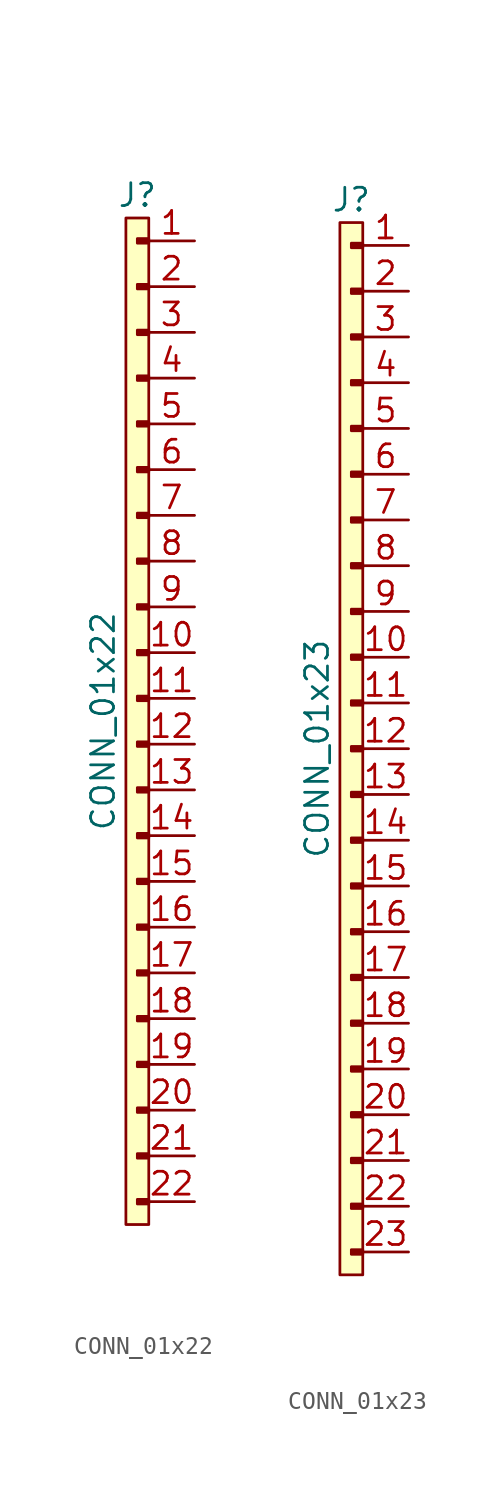
<source format=kicad_sym>
(kicad_symbol_lib
  (version 20211014)
  (generator agg_kicad.build_lib_connector)
  (symbol "CONN_01x22"
    (pin_names hide)
    (property Reference J
      (at -0.635 2.54 0)
      (effects (font (size 1.27 1.27))))
    (property Value "CONN_01x22"
      (at -2.54 -26.67 90)
      (effects (font (size 1.27 1.27))))
    (rectangle
      (start 0 -54.61)
      (end -1.27 1.27)
      (stroke (width 0) (type default) (color 0 0 0 0))
      (fill (type background)))
    (rectangle
      (start 0 0.127)
      (end -0.635 -0.127)
      (stroke (width 0) (type default) (color 0 0 0 0))
      (fill (type outline)))
    (rectangle
      (start 0 -2.413)
      (end -0.635 -2.667)
      (stroke (width 0) (type default) (color 0 0 0 0))
      (fill (type outline)))
    (rectangle
      (start 0 -4.953)
      (end -0.635 -5.207)
      (stroke (width 0) (type default) (color 0 0 0 0))
      (fill (type outline)))
    (rectangle
      (start 0 -7.493)
      (end -0.635 -7.747)
      (stroke (width 0) (type default) (color 0 0 0 0))
      (fill (type outline)))
    (rectangle
      (start 0 -10.033)
      (end -0.635 -10.287)
      (stroke (width 0) (type default) (color 0 0 0 0))
      (fill (type outline)))
    (rectangle
      (start 0 -12.573)
      (end -0.635 -12.827)
      (stroke (width 0) (type default) (color 0 0 0 0))
      (fill (type outline)))
    (rectangle
      (start 0 -15.113)
      (end -0.635 -15.367)
      (stroke (width 0) (type default) (color 0 0 0 0))
      (fill (type outline)))
    (rectangle
      (start 0 -17.653)
      (end -0.635 -17.907)
      (stroke (width 0) (type default) (color 0 0 0 0))
      (fill (type outline)))
    (rectangle
      (start 0 -20.193)
      (end -0.635 -20.447)
      (stroke (width 0) (type default) (color 0 0 0 0))
      (fill (type outline)))
    (rectangle
      (start 0 -22.733)
      (end -0.635 -22.987)
      (stroke (width 0) (type default) (color 0 0 0 0))
      (fill (type outline)))
    (rectangle
      (start 0 -25.273)
      (end -0.635 -25.527)
      (stroke (width 0) (type default) (color 0 0 0 0))
      (fill (type outline)))
    (rectangle
      (start 0 -27.813)
      (end -0.635 -28.067)
      (stroke (width 0) (type default) (color 0 0 0 0))
      (fill (type outline)))
    (rectangle
      (start 0 -30.353)
      (end -0.635 -30.607)
      (stroke (width 0) (type default) (color 0 0 0 0))
      (fill (type outline)))
    (rectangle
      (start 0 -32.893)
      (end -0.635 -33.147)
      (stroke (width 0) (type default) (color 0 0 0 0))
      (fill (type outline)))
    (rectangle
      (start 0 -35.433)
      (end -0.635 -35.687)
      (stroke (width 0) (type default) (color 0 0 0 0))
      (fill (type outline)))
    (rectangle
      (start 0 -37.973)
      (end -0.635 -38.227)
      (stroke (width 0) (type default) (color 0 0 0 0))
      (fill (type outline)))
    (rectangle
      (start 0 -40.513)
      (end -0.635 -40.767)
      (stroke (width 0) (type default) (color 0 0 0 0))
      (fill (type outline)))
    (rectangle
      (start 0 -43.053)
      (end -0.635 -43.307)
      (stroke (width 0) (type default) (color 0 0 0 0))
      (fill (type outline)))
    (rectangle
      (start 0 -45.593)
      (end -0.635 -45.847)
      (stroke (width 0) (type default) (color 0 0 0 0))
      (fill (type outline)))
    (rectangle
      (start 0 -48.133)
      (end -0.635 -48.387)
      (stroke (width 0) (type default) (color 0 0 0 0))
      (fill (type outline)))
    (rectangle
      (start 0 -50.673)
      (end -0.635 -50.927)
      (stroke (width 0) (type default) (color 0 0 0 0))
      (fill (type outline)))
    (rectangle
      (start 0 -53.213)
      (end -0.635 -53.467)
      (stroke (width 0) (type default) (color 0 0 0 0))
      (fill (type outline)))
    (pin passive line
      (at 2.54 0 180)
      (length 2.54)
      (name "1" (effects (font (size 1.27 1.27))))
      (number "1" (effects (font (size 1.27 1.27)))))
    (pin passive line
      (at 2.54 -2.54 180)
      (length 2.54)
      (name "2" (effects (font (size 1.27 1.27))))
      (number "2" (effects (font (size 1.27 1.27)))))
    (pin passive line
      (at 2.54 -5.08 180)
      (length 2.54)
      (name "3" (effects (font (size 1.27 1.27))))
      (number "3" (effects (font (size 1.27 1.27)))))
    (pin passive line
      (at 2.54 -7.62 180)
      (length 2.54)
      (name "4" (effects (font (size 1.27 1.27))))
      (number "4" (effects (font (size 1.27 1.27)))))
    (pin passive line
      (at 2.54 -10.16 180)
      (length 2.54)
      (name "5" (effects (font (size 1.27 1.27))))
      (number "5" (effects (font (size 1.27 1.27)))))
    (pin passive line
      (at 2.54 -12.7 180)
      (length 2.54)
      (name "6" (effects (font (size 1.27 1.27))))
      (number "6" (effects (font (size 1.27 1.27)))))
    (pin passive line
      (at 2.54 -15.24 180)
      (length 2.54)
      (name "7" (effects (font (size 1.27 1.27))))
      (number "7" (effects (font (size 1.27 1.27)))))
    (pin passive line
      (at 2.54 -17.78 180)
      (length 2.54)
      (name "8" (effects (font (size 1.27 1.27))))
      (number "8" (effects (font (size 1.27 1.27)))))
    (pin passive line
      (at 2.54 -20.32 180)
      (length 2.54)
      (name "9" (effects (font (size 1.27 1.27))))
      (number "9" (effects (font (size 1.27 1.27)))))
    (pin passive line
      (at 2.54 -22.86 180)
      (length 2.54)
      (name "10" (effects (font (size 1.27 1.27))))
      (number "10" (effects (font (size 1.27 1.27)))))
    (pin passive line
      (at 2.54 -25.4 180)
      (length 2.54)
      (name "11" (effects (font (size 1.27 1.27))))
      (number "11" (effects (font (size 1.27 1.27)))))
    (pin passive line
      (at 2.54 -27.94 180)
      (length 2.54)
      (name "12" (effects (font (size 1.27 1.27))))
      (number "12" (effects (font (size 1.27 1.27)))))
    (pin passive line
      (at 2.54 -30.48 180)
      (length 2.54)
      (name "13" (effects (font (size 1.27 1.27))))
      (number "13" (effects (font (size 1.27 1.27)))))
    (pin passive line
      (at 2.54 -33.02 180)
      (length 2.54)
      (name "14" (effects (font (size 1.27 1.27))))
      (number "14" (effects (font (size 1.27 1.27)))))
    (pin passive line
      (at 2.54 -35.56 180)
      (length 2.54)
      (name "15" (effects (font (size 1.27 1.27))))
      (number "15" (effects (font (size 1.27 1.27)))))
    (pin passive line
      (at 2.54 -38.1 180)
      (length 2.54)
      (name "16" (effects (font (size 1.27 1.27))))
      (number "16" (effects (font (size 1.27 1.27)))))
    (pin passive line
      (at 2.54 -40.64 180)
      (length 2.54)
      (name "17" (effects (font (size 1.27 1.27))))
      (number "17" (effects (font (size 1.27 1.27)))))
    (pin passive line
      (at 2.54 -43.18 180)
      (length 2.54)
      (name "18" (effects (font (size 1.27 1.27))))
      (number "18" (effects (font (size 1.27 1.27)))))
    (pin passive line
      (at 2.54 -45.72 180)
      (length 2.54)
      (name "19" (effects (font (size 1.27 1.27))))
      (number "19" (effects (font (size 1.27 1.27)))))
    (pin passive line
      (at 2.54 -48.26 180)
      (length 2.54)
      (name "20" (effects (font (size 1.27 1.27))))
      (number "20" (effects (font (size 1.27 1.27)))))
    (pin passive line
      (at 2.54 -50.8 180)
      (length 2.54)
      (name "21" (effects (font (size 1.27 1.27))))
      (number "21" (effects (font (size 1.27 1.27)))))
    (pin passive line
      (at 2.54 -53.34 180)
      (length 2.54)
      (name "22" (effects (font (size 1.27 1.27))))
      (number "22" (effects (font (size 1.27 1.27))))))
  (symbol "CONN_01x23"
    (pin_names hide)
    (property Reference J
      (at -0.635 2.54 0)
      (effects (font (size 1.27 1.27))))
    (property Value "CONN_01x23"
      (at -2.54 -27.94 90)
      (effects (font (size 1.27 1.27))))
    (rectangle
      (start 0 -57.15)
      (end -1.27 1.27)
      (stroke (width 0) (type default) (color 0 0 0 0))
      (fill (type background)))
    (rectangle
      (start 0 0.127)
      (end -0.635 -0.127)
      (stroke (width 0) (type default) (color 0 0 0 0))
      (fill (type outline)))
    (rectangle
      (start 0 -2.413)
      (end -0.635 -2.667)
      (stroke (width 0) (type default) (color 0 0 0 0))
      (fill (type outline)))
    (rectangle
      (start 0 -4.953)
      (end -0.635 -5.207)
      (stroke (width 0) (type default) (color 0 0 0 0))
      (fill (type outline)))
    (rectangle
      (start 0 -7.493)
      (end -0.635 -7.747)
      (stroke (width 0) (type default) (color 0 0 0 0))
      (fill (type outline)))
    (rectangle
      (start 0 -10.033)
      (end -0.635 -10.287)
      (stroke (width 0) (type default) (color 0 0 0 0))
      (fill (type outline)))
    (rectangle
      (start 0 -12.573)
      (end -0.635 -12.827)
      (stroke (width 0) (type default) (color 0 0 0 0))
      (fill (type outline)))
    (rectangle
      (start 0 -15.113)
      (end -0.635 -15.367)
      (stroke (width 0) (type default) (color 0 0 0 0))
      (fill (type outline)))
    (rectangle
      (start 0 -17.653)
      (end -0.635 -17.907)
      (stroke (width 0) (type default) (color 0 0 0 0))
      (fill (type outline)))
    (rectangle
      (start 0 -20.193)
      (end -0.635 -20.447)
      (stroke (width 0) (type default) (color 0 0 0 0))
      (fill (type outline)))
    (rectangle
      (start 0 -22.733)
      (end -0.635 -22.987)
      (stroke (width 0) (type default) (color 0 0 0 0))
      (fill (type outline)))
    (rectangle
      (start 0 -25.273)
      (end -0.635 -25.527)
      (stroke (width 0) (type default) (color 0 0 0 0))
      (fill (type outline)))
    (rectangle
      (start 0 -27.813)
      (end -0.635 -28.067)
      (stroke (width 0) (type default) (color 0 0 0 0))
      (fill (type outline)))
    (rectangle
      (start 0 -30.353)
      (end -0.635 -30.607)
      (stroke (width 0) (type default) (color 0 0 0 0))
      (fill (type outline)))
    (rectangle
      (start 0 -32.893)
      (end -0.635 -33.147)
      (stroke (width 0) (type default) (color 0 0 0 0))
      (fill (type outline)))
    (rectangle
      (start 0 -35.433)
      (end -0.635 -35.687)
      (stroke (width 0) (type default) (color 0 0 0 0))
      (fill (type outline)))
    (rectangle
      (start 0 -37.973)
      (end -0.635 -38.227)
      (stroke (width 0) (type default) (color 0 0 0 0))
      (fill (type outline)))
    (rectangle
      (start 0 -40.513)
      (end -0.635 -40.767)
      (stroke (width 0) (type default) (color 0 0 0 0))
      (fill (type outline)))
    (rectangle
      (start 0 -43.053)
      (end -0.635 -43.307)
      (stroke (width 0) (type default) (color 0 0 0 0))
      (fill (type outline)))
    (rectangle
      (start 0 -45.593)
      (end -0.635 -45.847)
      (stroke (width 0) (type default) (color 0 0 0 0))
      (fill (type outline)))
    (rectangle
      (start 0 -48.133)
      (end -0.635 -48.387)
      (stroke (width 0) (type default) (color 0 0 0 0))
      (fill (type outline)))
    (rectangle
      (start 0 -50.673)
      (end -0.635 -50.927)
      (stroke (width 0) (type default) (color 0 0 0 0))
      (fill (type outline)))
    (rectangle
      (start 0 -53.213)
      (end -0.635 -53.467)
      (stroke (width 0) (type default) (color 0 0 0 0))
      (fill (type outline)))
    (rectangle
      (start 0 -55.753)
      (end -0.635 -56.007)
      (stroke (width 0) (type default) (color 0 0 0 0))
      (fill (type outline)))
    (pin passive line
      (at 2.54 0 180)
      (length 2.54)
      (name "1" (effects (font (size 1.27 1.27))))
      (number "1" (effects (font (size 1.27 1.27)))))
    (pin passive line
      (at 2.54 -2.54 180)
      (length 2.54)
      (name "2" (effects (font (size 1.27 1.27))))
      (number "2" (effects (font (size 1.27 1.27)))))
    (pin passive line
      (at 2.54 -5.08 180)
      (length 2.54)
      (name "3" (effects (font (size 1.27 1.27))))
      (number "3" (effects (font (size 1.27 1.27)))))
    (pin passive line
      (at 2.54 -7.62 180)
      (length 2.54)
      (name "4" (effects (font (size 1.27 1.27))))
      (number "4" (effects (font (size 1.27 1.27)))))
    (pin passive line
      (at 2.54 -10.16 180)
      (length 2.54)
      (name "5" (effects (font (size 1.27 1.27))))
      (number "5" (effects (font (size 1.27 1.27)))))
    (pin passive line
      (at 2.54 -12.7 180)
      (length 2.54)
      (name "6" (effects (font (size 1.27 1.27))))
      (number "6" (effects (font (size 1.27 1.27)))))
    (pin passive line
      (at 2.54 -15.24 180)
      (length 2.54)
      (name "7" (effects (font (size 1.27 1.27))))
      (number "7" (effects (font (size 1.27 1.27)))))
    (pin passive line
      (at 2.54 -17.78 180)
      (length 2.54)
      (name "8" (effects (font (size 1.27 1.27))))
      (number "8" (effects (font (size 1.27 1.27)))))
    (pin passive line
      (at 2.54 -20.32 180)
      (length 2.54)
      (name "9" (effects (font (size 1.27 1.27))))
      (number "9" (effects (font (size 1.27 1.27)))))
    (pin passive line
      (at 2.54 -22.86 180)
      (length 2.54)
      (name "10" (effects (font (size 1.27 1.27))))
      (number "10" (effects (font (size 1.27 1.27)))))
    (pin passive line
      (at 2.54 -25.4 180)
      (length 2.54)
      (name "11" (effects (font (size 1.27 1.27))))
      (number "11" (effects (font (size 1.27 1.27)))))
    (pin passive line
      (at 2.54 -27.94 180)
      (length 2.54)
      (name "12" (effects (font (size 1.27 1.27))))
      (number "12" (effects (font (size 1.27 1.27)))))
    (pin passive line
      (at 2.54 -30.48 180)
      (length 2.54)
      (name "13" (effects (font (size 1.27 1.27))))
      (number "13" (effects (font (size 1.27 1.27)))))
    (pin passive line
      (at 2.54 -33.02 180)
      (length 2.54)
      (name "14" (effects (font (size 1.27 1.27))))
      (number "14" (effects (font (size 1.27 1.27)))))
    (pin passive line
      (at 2.54 -35.56 180)
      (length 2.54)
      (name "15" (effects (font (size 1.27 1.27))))
      (number "15" (effects (font (size 1.27 1.27)))))
    (pin passive line
      (at 2.54 -38.1 180)
      (length 2.54)
      (name "16" (effects (font (size 1.27 1.27))))
      (number "16" (effects (font (size 1.27 1.27)))))
    (pin passive line
      (at 2.54 -40.64 180)
      (length 2.54)
      (name "17" (effects (font (size 1.27 1.27))))
      (number "17" (effects (font (size 1.27 1.27)))))
    (pin passive line
      (at 2.54 -43.18 180)
      (length 2.54)
      (name "18" (effects (font (size 1.27 1.27))))
      (number "18" (effects (font (size 1.27 1.27)))))
    (pin passive line
      (at 2.54 -45.72 180)
      (length 2.54)
      (name "19" (effects (font (size 1.27 1.27))))
      (number "19" (effects (font (size 1.27 1.27)))))
    (pin passive line
      (at 2.54 -48.26 180)
      (length 2.54)
      (name "20" (effects (font (size 1.27 1.27))))
      (number "20" (effects (font (size 1.27 1.27)))))
    (pin passive line
      (at 2.54 -50.8 180)
      (length 2.54)
      (name "21" (effects (font (size 1.27 1.27))))
      (number "21" (effects (font (size 1.27 1.27)))))
    (pin passive line
      (at 2.54 -53.34 180)
      (length 2.54)
      (name "22" (effects (font (size 1.27 1.27))))
      (number "22" (effects (font (size 1.27 1.27)))))
    (pin passive line
      (at 2.54 -55.88 180)
      (length 2.54)
      (name "23" (effects (font (size 1.27 1.27))))
      (number "23" (effects (font (size 1.27 1.27)))))))
</source>
